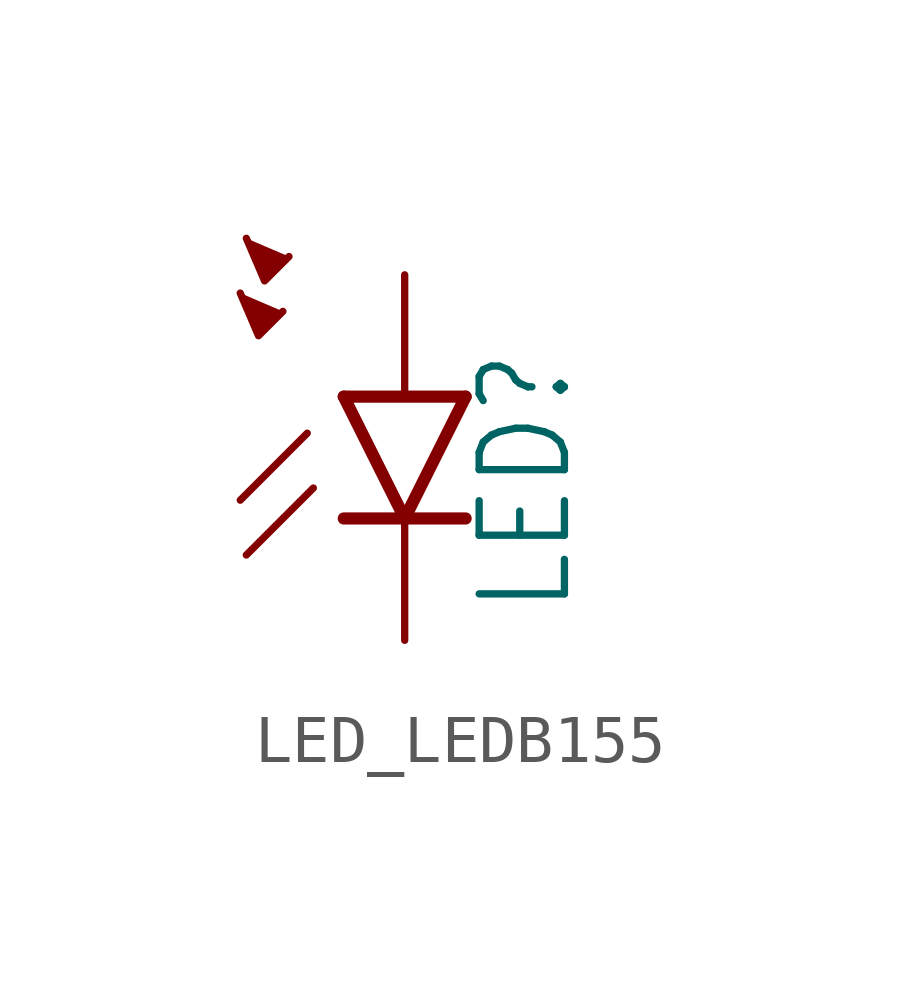
<source format=kicad_sym>
(kicad_symbol_lib
  (version 20241209)
  (generator "kicad_symbol_editor")
  (generator_version "9.0")
  (symbol "LED_LEDB155"
    (property "Reference" "LED"
      (at 3.556 -4.572 90)
      (effects (font (size 1.778 1.511)) (justify left bottom)))
    (property "Value" ""
      (at 5.715 -4.572 90)
      (effects (font (size 1.778 1.511)) (justify left bottom)))
    (property "ki_locked" ""
      (at 0 0 0)
      (effects (font (size 1.27 1.27))))
    (symbol "LED_LEDB155_1_0"
      (polyline (pts (xy -3.429 2.159) (xy -3.048 1.27) (xy -2.54 1.778)) (stroke (width 0.152) (type solid)) (fill (type outline)))
      (polyline (pts (xy -3.302 3.302) (xy -2.921 2.413) (xy -2.413 2.921)) (stroke (width 0.152) (type solid)) (fill (type outline)))
      (polyline (pts (xy -2.032 -0.762) (xy -3.429 -2.159)) (stroke (width 0.152) (type solid)) (fill (type none)))
      (polyline (pts (xy -1.905 -1.905) (xy -3.302 -3.302)) (stroke (width 0.152) (type solid)) (fill (type none)))
      (polyline (pts (xy 0 -2.54) (xy -1.27 0)) (stroke (width 0.254) (type solid)) (fill (type none)))
      (polyline (pts (xy 0 -2.54) (xy -1.27 -2.54)) (stroke (width 0.254) (type solid)) (fill (type none)))
      (polyline (pts (xy 1.27 0) (xy -1.27 0)) (stroke (width 0.254) (type solid)) (fill (type none)))
      (polyline (pts (xy 1.27 0) (xy 0 -2.54)) (stroke (width 0.254) (type solid)) (fill (type none)))
      (polyline (pts (xy 1.27 -2.54) (xy 0 -2.54)) (stroke (width 0.254) (type solid)) (fill (type none)))
      (pin passive line (at 0 2.54 270) (length 2.54) (name "A" (effects (font (size 0 0)))) (number "A" (effects (font (size 0 0)))))
      (pin passive line (at 0 -5.08 90) (length 2.54) (name "C" (effects (font (size 0 0)))) (number "K" (effects (font (size 0 0))))))))
</source>
